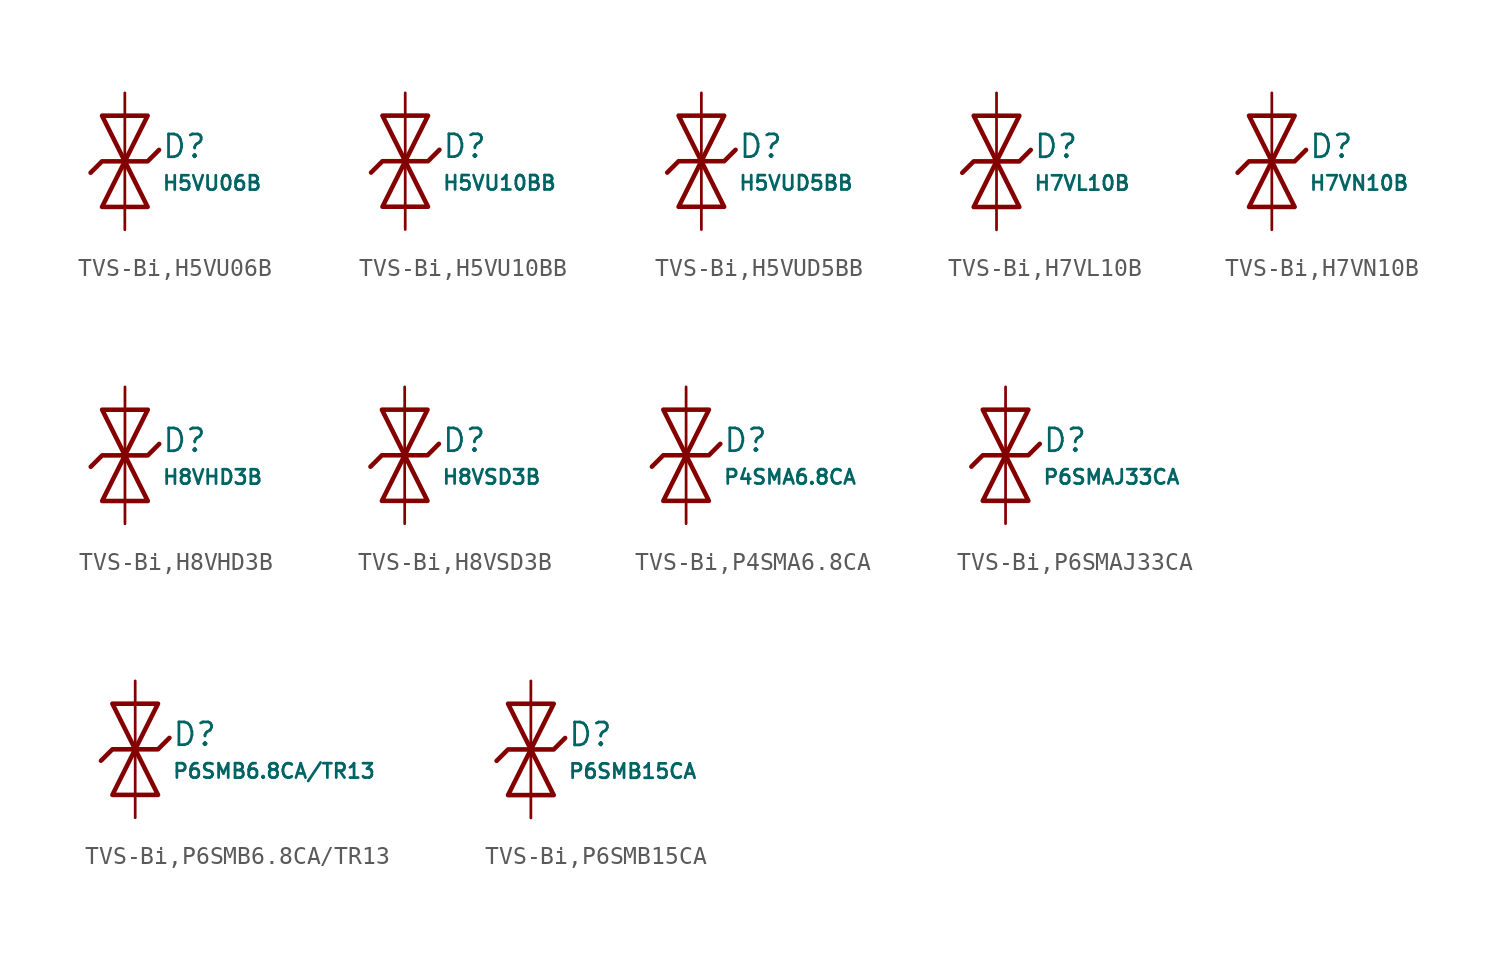
<source format=kicad_sym>
(kicad_symbol_lib
  (version 20231120)
  (generator "CDFER")
  (generator_version "8.0")
  (symbol "TVS-Bi,H5VU06B"
    (pin_numbers hide)
    (pin_names
      (offset 0))
    (property "Reference" "D"
      (at 2.032 0.834 0)
      (effects (font (size 1.27 1.27)) (justify left)))
    (property "Value" "H5VU06B"
      (at 2.032 -1.212 0)
      (effects (font (size 0.8 0.8)) (justify left)))
    (symbol "TVS-Bi,H5VU06B_0_1"
      (polyline (pts (xy -1.27 2.54) (xy 0 0) (xy 1.27 2.54) (xy -1.27 2.54)) (stroke (width 0.254) (type default)) (fill (type none))))
    (symbol "TVS-Bi,H5VU06B_0_1"
      (polyline (pts (xy 1.27 -2.54) (xy 0 0) (xy -1.27 -2.54) (xy 1.27 -2.54)) (stroke (width 0.254) (type default)) (fill (type none))))
    (symbol "TVS-Bi,H5VU06B_0_1"
      (polyline (pts (xy -1.905 -0.635) (xy -1.27 0) (xy 1.27 0) (xy 1.905 0.635)) (stroke (width 0.254) (type default)) (fill (type none))))
    (symbol "TVS-Bi,H5VU06B_1_1"
      (pin passive line (at 0 3.81 270) (length 3.81) (name "~" (effects (font (size 1.27 1.27)))) (number "2" (effects (font (size 1.27 1.27)))))
      (pin passive line (at 0 -3.81 90) (length 3.81) (name "~" (effects (font (size 1.27 1.27)))) (number "1" (effects (font (size 1.27 1.27)))))))
  (symbol "TVS-Bi,H5VU10BB"
    (pin_numbers hide)
    (pin_names
      (offset 0))
    (property "Reference" "D"
      (at 2.032 0.834 0)
      (effects (font (size 1.27 1.27)) (justify left)))
    (property "Value" "H5VU10BB"
      (at 2.032 -1.212 0)
      (effects (font (size 0.8 0.8)) (justify left)))
    (symbol "TVS-Bi,H5VU10BB_0_1"
      (polyline (pts (xy -1.27 2.54) (xy 0 0) (xy 1.27 2.54) (xy -1.27 2.54)) (stroke (width 0.254) (type default)) (fill (type none))))
    (symbol "TVS-Bi,H5VU10BB_0_1"
      (polyline (pts (xy 1.27 -2.54) (xy 0 0) (xy -1.27 -2.54) (xy 1.27 -2.54)) (stroke (width 0.254) (type default)) (fill (type none))))
    (symbol "TVS-Bi,H5VU10BB_0_1"
      (polyline (pts (xy -1.905 -0.635) (xy -1.27 0) (xy 1.27 0) (xy 1.905 0.635)) (stroke (width 0.254) (type default)) (fill (type none))))
    (symbol "TVS-Bi,H5VU10BB_1_1"
      (pin passive line (at 0 3.81 270) (length 3.81) (name "~" (effects (font (size 1.27 1.27)))) (number "2" (effects (font (size 1.27 1.27)))))
      (pin passive line (at 0 -3.81 90) (length 3.81) (name "~" (effects (font (size 1.27 1.27)))) (number "1" (effects (font (size 1.27 1.27)))))))
  (symbol "TVS-Bi,H5VUD5BB"
    (pin_numbers hide)
    (pin_names
      (offset 0))
    (property "Reference" "D"
      (at 2.032 0.834 0)
      (effects (font (size 1.27 1.27)) (justify left)))
    (property "Value" "H5VUD5BB"
      (at 2.032 -1.212 0)
      (effects (font (size 0.8 0.8)) (justify left)))
    (symbol "TVS-Bi,H5VUD5BB_0_1"
      (polyline (pts (xy -1.27 2.54) (xy 0 0) (xy 1.27 2.54) (xy -1.27 2.54)) (stroke (width 0.254) (type default)) (fill (type none))))
    (symbol "TVS-Bi,H5VUD5BB_0_1"
      (polyline (pts (xy 1.27 -2.54) (xy 0 0) (xy -1.27 -2.54) (xy 1.27 -2.54)) (stroke (width 0.254) (type default)) (fill (type none))))
    (symbol "TVS-Bi,H5VUD5BB_0_1"
      (polyline (pts (xy -1.905 -0.635) (xy -1.27 0) (xy 1.27 0) (xy 1.905 0.635)) (stroke (width 0.254) (type default)) (fill (type none))))
    (symbol "TVS-Bi,H5VUD5BB_1_1"
      (pin passive line (at 0 3.81 270) (length 3.81) (name "~" (effects (font (size 1.27 1.27)))) (number "2" (effects (font (size 1.27 1.27)))))
      (pin passive line (at 0 -3.81 90) (length 3.81) (name "~" (effects (font (size 1.27 1.27)))) (number "1" (effects (font (size 1.27 1.27)))))))
  (symbol "TVS-Bi,H7VL10B"
    (pin_numbers hide)
    (pin_names
      (offset 0))
    (property "Reference" "D"
      (at 2.032 0.834 0)
      (effects (font (size 1.27 1.27)) (justify left)))
    (property "Value" "H7VL10B"
      (at 2.032 -1.212 0)
      (effects (font (size 0.8 0.8)) (justify left)))
    (symbol "TVS-Bi,H7VL10B_0_1"
      (polyline (pts (xy -1.27 2.54) (xy 0 0) (xy 1.27 2.54) (xy -1.27 2.54)) (stroke (width 0.254) (type default)) (fill (type none))))
    (symbol "TVS-Bi,H7VL10B_0_1"
      (polyline (pts (xy 1.27 -2.54) (xy 0 0) (xy -1.27 -2.54) (xy 1.27 -2.54)) (stroke (width 0.254) (type default)) (fill (type none))))
    (symbol "TVS-Bi,H7VL10B_0_1"
      (polyline (pts (xy -1.905 -0.635) (xy -1.27 0) (xy 1.27 0) (xy 1.905 0.635)) (stroke (width 0.254) (type default)) (fill (type none))))
    (symbol "TVS-Bi,H7VL10B_1_1"
      (pin passive line (at 0 3.81 270) (length 3.81) (name "~" (effects (font (size 1.27 1.27)))) (number "2" (effects (font (size 1.27 1.27)))))
      (pin passive line (at 0 -3.81 90) (length 3.81) (name "~" (effects (font (size 1.27 1.27)))) (number "1" (effects (font (size 1.27 1.27)))))))
  (symbol "TVS-Bi,H7VN10B"
    (pin_numbers hide)
    (pin_names
      (offset 0))
    (property "Reference" "D"
      (at 2.032 0.834 0)
      (effects (font (size 1.27 1.27)) (justify left)))
    (property "Value" "H7VN10B"
      (at 2.032 -1.212 0)
      (effects (font (size 0.8 0.8)) (justify left)))
    (symbol "TVS-Bi,H7VN10B_0_1"
      (polyline (pts (xy -1.27 2.54) (xy 0 0) (xy 1.27 2.54) (xy -1.27 2.54)) (stroke (width 0.254) (type default)) (fill (type none))))
    (symbol "TVS-Bi,H7VN10B_0_1"
      (polyline (pts (xy 1.27 -2.54) (xy 0 0) (xy -1.27 -2.54) (xy 1.27 -2.54)) (stroke (width 0.254) (type default)) (fill (type none))))
    (symbol "TVS-Bi,H7VN10B_0_1"
      (polyline (pts (xy -1.905 -0.635) (xy -1.27 0) (xy 1.27 0) (xy 1.905 0.635)) (stroke (width 0.254) (type default)) (fill (type none))))
    (symbol "TVS-Bi,H7VN10B_1_1"
      (pin passive line (at 0 3.81 270) (length 3.81) (name "~" (effects (font (size 1.27 1.27)))) (number "2" (effects (font (size 1.27 1.27)))))
      (pin passive line (at 0 -3.81 90) (length 3.81) (name "~" (effects (font (size 1.27 1.27)))) (number "1" (effects (font (size 1.27 1.27)))))))
  (symbol "TVS-Bi,H8VHD3B"
    (pin_numbers hide)
    (pin_names
      (offset 0))
    (property "Reference" "D"
      (at 2.032 0.834 0)
      (effects (font (size 1.27 1.27)) (justify left)))
    (property "Value" "H8VHD3B"
      (at 2.032 -1.212 0)
      (effects (font (size 0.8 0.8)) (justify left)))
    (symbol "TVS-Bi,H8VHD3B_0_1"
      (polyline (pts (xy -1.27 2.54) (xy 0 0) (xy 1.27 2.54) (xy -1.27 2.54)) (stroke (width 0.254) (type default)) (fill (type none))))
    (symbol "TVS-Bi,H8VHD3B_0_1"
      (polyline (pts (xy 1.27 -2.54) (xy 0 0) (xy -1.27 -2.54) (xy 1.27 -2.54)) (stroke (width 0.254) (type default)) (fill (type none))))
    (symbol "TVS-Bi,H8VHD3B_0_1"
      (polyline (pts (xy -1.905 -0.635) (xy -1.27 0) (xy 1.27 0) (xy 1.905 0.635)) (stroke (width 0.254) (type default)) (fill (type none))))
    (symbol "TVS-Bi,H8VHD3B_1_1"
      (pin passive line (at 0 3.81 270) (length 3.81) (name "~" (effects (font (size 1.27 1.27)))) (number "2" (effects (font (size 1.27 1.27)))))
      (pin passive line (at 0 -3.81 90) (length 3.81) (name "~" (effects (font (size 1.27 1.27)))) (number "1" (effects (font (size 1.27 1.27)))))))
  (symbol "TVS-Bi,H8VSD3B"
    (pin_numbers hide)
    (pin_names
      (offset 0))
    (property "Reference" "D"
      (at 2.032 0.834 0)
      (effects (font (size 1.27 1.27)) (justify left)))
    (property "Value" "H8VSD3B"
      (at 2.032 -1.212 0)
      (effects (font (size 0.8 0.8)) (justify left)))
    (symbol "TVS-Bi,H8VSD3B_0_1"
      (polyline (pts (xy -1.27 2.54) (xy 0 0) (xy 1.27 2.54) (xy -1.27 2.54)) (stroke (width 0.254) (type default)) (fill (type none))))
    (symbol "TVS-Bi,H8VSD3B_0_1"
      (polyline (pts (xy 1.27 -2.54) (xy 0 0) (xy -1.27 -2.54) (xy 1.27 -2.54)) (stroke (width 0.254) (type default)) (fill (type none))))
    (symbol "TVS-Bi,H8VSD3B_0_1"
      (polyline (pts (xy -1.905 -0.635) (xy -1.27 0) (xy 1.27 0) (xy 1.905 0.635)) (stroke (width 0.254) (type default)) (fill (type none))))
    (symbol "TVS-Bi,H8VSD3B_1_1"
      (pin passive line (at 0 3.81 270) (length 3.81) (name "~" (effects (font (size 1.27 1.27)))) (number "2" (effects (font (size 1.27 1.27)))))
      (pin passive line (at 0 -3.81 90) (length 3.81) (name "~" (effects (font (size 1.27 1.27)))) (number "1" (effects (font (size 1.27 1.27)))))))
  (symbol "TVS-Bi,P4SMA6.8CA"
    (pin_numbers hide)
    (pin_names
      (offset 0))
    (property "Reference" "D"
      (at 2.032 0.834 0)
      (effects (font (size 1.27 1.27)) (justify left)))
    (property "Value" "P4SMA6.8CA"
      (at 2.032 -1.212 0)
      (effects (font (size 0.8 0.8)) (justify left)))
    (symbol "TVS-Bi,P4SMA6.8CA_0_1"
      (polyline (pts (xy -1.27 2.54) (xy 0 0) (xy 1.27 2.54) (xy -1.27 2.54)) (stroke (width 0.254) (type default)) (fill (type none))))
    (symbol "TVS-Bi,P4SMA6.8CA_0_1"
      (polyline (pts (xy 1.27 -2.54) (xy 0 0) (xy -1.27 -2.54) (xy 1.27 -2.54)) (stroke (width 0.254) (type default)) (fill (type none))))
    (symbol "TVS-Bi,P4SMA6.8CA_0_1"
      (polyline (pts (xy -1.905 -0.635) (xy -1.27 0) (xy 1.27 0) (xy 1.905 0.635)) (stroke (width 0.254) (type default)) (fill (type none))))
    (symbol "TVS-Bi,P4SMA6.8CA_1_1"
      (pin passive line (at 0 3.81 270) (length 3.81) (name "~" (effects (font (size 1.27 1.27)))) (number "2" (effects (font (size 1.27 1.27)))))
      (pin passive line (at 0 -3.81 90) (length 3.81) (name "~" (effects (font (size 1.27 1.27)))) (number "1" (effects (font (size 1.27 1.27)))))))
  (symbol "TVS-Bi,P6SMAJ33CA"
    (pin_numbers hide)
    (pin_names
      (offset 0))
    (property "Reference" "D"
      (at 2.032 0.834 0)
      (effects (font (size 1.27 1.27)) (justify left)))
    (property "Value" "P6SMAJ33CA"
      (at 2.032 -1.212 0)
      (effects (font (size 0.8 0.8)) (justify left)))
    (symbol "TVS-Bi,P6SMAJ33CA_0_1"
      (polyline (pts (xy -1.27 2.54) (xy 0 0) (xy 1.27 2.54) (xy -1.27 2.54)) (stroke (width 0.254) (type default)) (fill (type none))))
    (symbol "TVS-Bi,P6SMAJ33CA_0_1"
      (polyline (pts (xy 1.27 -2.54) (xy 0 0) (xy -1.27 -2.54) (xy 1.27 -2.54)) (stroke (width 0.254) (type default)) (fill (type none))))
    (symbol "TVS-Bi,P6SMAJ33CA_0_1"
      (polyline (pts (xy -1.905 -0.635) (xy -1.27 0) (xy 1.27 0) (xy 1.905 0.635)) (stroke (width 0.254) (type default)) (fill (type none))))
    (symbol "TVS-Bi,P6SMAJ33CA_1_1"
      (pin passive line (at 0 3.81 270) (length 3.81) (name "~" (effects (font (size 1.27 1.27)))) (number "2" (effects (font (size 1.27 1.27)))))
      (pin passive line (at 0 -3.81 90) (length 3.81) (name "~" (effects (font (size 1.27 1.27)))) (number "1" (effects (font (size 1.27 1.27)))))))
  (symbol "TVS-Bi,P6SMB6.8CA/TR13"
    (pin_numbers hide)
    (pin_names
      (offset 0))
    (property "Reference" "D"
      (at 2.032 0.834 0)
      (effects (font (size 1.27 1.27)) (justify left)))
    (property "Value" "P6SMB6.8CA/TR13"
      (at 2.032 -1.212 0)
      (effects (font (size 0.8 0.8)) (justify left)))
    (symbol "TVS-Bi,P6SMB6.8CA/TR13_0_1"
      (polyline (pts (xy -1.27 2.54) (xy 0 0) (xy 1.27 2.54) (xy -1.27 2.54)) (stroke (width 0.254) (type default)) (fill (type none))))
    (symbol "TVS-Bi,P6SMB6.8CA/TR13_0_1"
      (polyline (pts (xy 1.27 -2.54) (xy 0 0) (xy -1.27 -2.54) (xy 1.27 -2.54)) (stroke (width 0.254) (type default)) (fill (type none))))
    (symbol "TVS-Bi,P6SMB6.8CA/TR13_0_1"
      (polyline (pts (xy -1.905 -0.635) (xy -1.27 0) (xy 1.27 0) (xy 1.905 0.635)) (stroke (width 0.254) (type default)) (fill (type none))))
    (symbol "TVS-Bi,P6SMB6.8CA/TR13_1_1"
      (pin passive line (at 0 3.81 270) (length 3.81) (name "~" (effects (font (size 1.27 1.27)))) (number "2" (effects (font (size 1.27 1.27)))))
      (pin passive line (at 0 -3.81 90) (length 3.81) (name "~" (effects (font (size 1.27 1.27)))) (number "1" (effects (font (size 1.27 1.27)))))))
  (symbol "TVS-Bi,P6SMB15CA"
    (pin_numbers hide)
    (pin_names
      (offset 0))
    (property "Reference" "D"
      (at 2.032 0.834 0)
      (effects (font (size 1.27 1.27)) (justify left)))
    (property "Value" "P6SMB15CA"
      (at 2.032 -1.212 0)
      (effects (font (size 0.8 0.8)) (justify left)))
    (symbol "TVS-Bi,P6SMB15CA_0_1"
      (polyline (pts (xy -1.27 2.54) (xy 0 0) (xy 1.27 2.54) (xy -1.27 2.54)) (stroke (width 0.254) (type default)) (fill (type none))))
    (symbol "TVS-Bi,P6SMB15CA_0_1"
      (polyline (pts (xy 1.27 -2.54) (xy 0 0) (xy -1.27 -2.54) (xy 1.27 -2.54)) (stroke (width 0.254) (type default)) (fill (type none))))
    (symbol "TVS-Bi,P6SMB15CA_0_1"
      (polyline (pts (xy -1.905 -0.635) (xy -1.27 0) (xy 1.27 0) (xy 1.905 0.635)) (stroke (width 0.254) (type default)) (fill (type none))))
    (symbol "TVS-Bi,P6SMB15CA_1_1"
      (pin passive line (at 0 3.81 270) (length 3.81) (name "~" (effects (font (size 1.27 1.27)))) (number "2" (effects (font (size 1.27 1.27)))))
      (pin passive line (at 0 -3.81 90) (length 3.81) (name "~" (effects (font (size 1.27 1.27)))) (number "1" (effects (font (size 1.27 1.27))))))))
</source>
